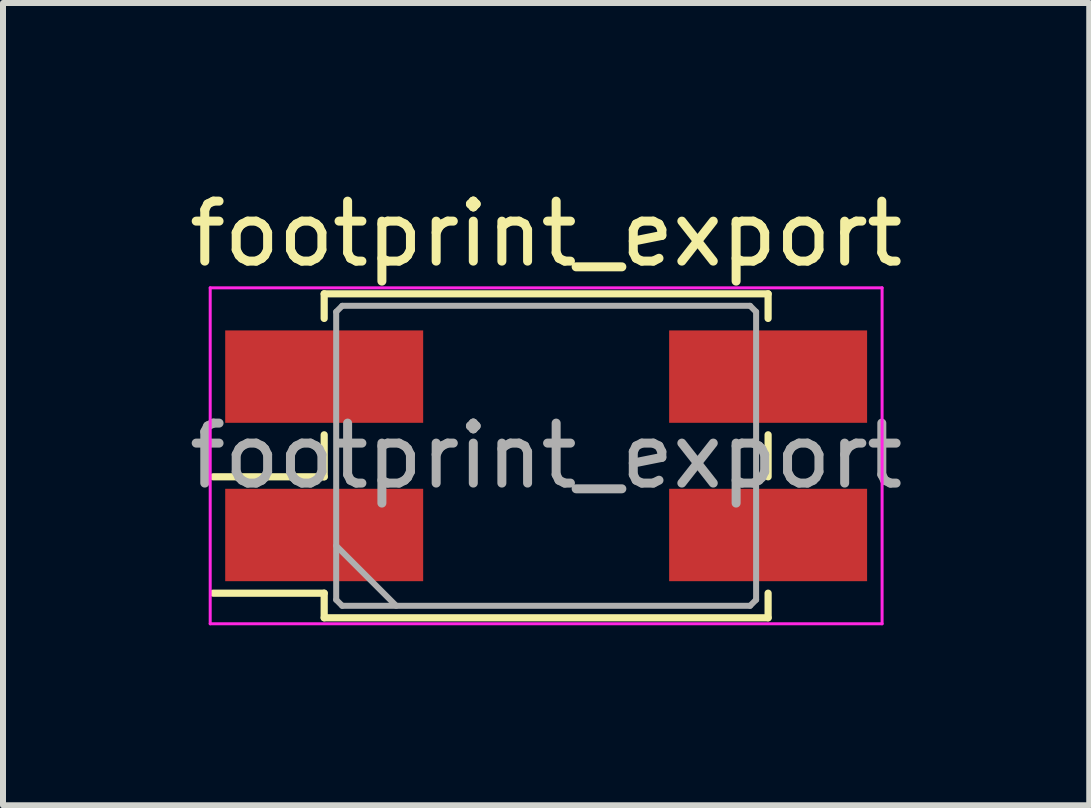
<source format=kicad_pcb>
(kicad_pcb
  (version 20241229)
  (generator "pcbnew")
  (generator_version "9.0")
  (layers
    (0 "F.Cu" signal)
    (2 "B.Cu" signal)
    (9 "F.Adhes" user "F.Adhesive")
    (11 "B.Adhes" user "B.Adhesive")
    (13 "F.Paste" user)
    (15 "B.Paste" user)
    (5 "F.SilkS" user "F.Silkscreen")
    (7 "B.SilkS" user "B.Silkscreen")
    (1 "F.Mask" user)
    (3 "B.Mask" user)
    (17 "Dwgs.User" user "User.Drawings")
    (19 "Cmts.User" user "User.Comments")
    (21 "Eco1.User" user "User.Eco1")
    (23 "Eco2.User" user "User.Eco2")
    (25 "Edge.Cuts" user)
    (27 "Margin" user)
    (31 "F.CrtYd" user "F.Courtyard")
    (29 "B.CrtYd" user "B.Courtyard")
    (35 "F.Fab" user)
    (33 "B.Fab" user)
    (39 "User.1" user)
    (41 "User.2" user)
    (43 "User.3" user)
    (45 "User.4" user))
  (footprint "footprint_export"
    (layer "F.Cu")
    (at 6.054 4.548)
    (property "Reference" "footprint_export" (at 0 -3.7 0) (layer "F.SilkS") (effects (font (size 1 1) (thickness 0.15))))
    (attr smd)
    (fp_line (start -5.55 0.35) (end -3.7 0.35) (stroke (width 0.12) (type solid)) (layer "F.SilkS"))
    (fp_line (start -5.55 2.29) (end -3.7 2.29) (stroke (width 0.12) (type solid)) (layer "F.SilkS"))
    (fp_line (start -3.7 -2.7) (end 3.7 -2.7) (stroke (width 0.12) (type solid)) (layer "F.SilkS"))
    (fp_line (start -3.7 -2.29) (end -3.7 -2.7) (stroke (width 0.12) (type solid)) (layer "F.SilkS"))
    (fp_line (start -3.7 0.35) (end -3.7 -0.35) (stroke (width 0.12) (type solid)) (layer "F.SilkS"))
    (fp_line (start -3.7 2.29) (end -3.7 2.7) (stroke (width 0.12) (type solid)) (layer "F.SilkS"))
    (fp_line (start -3.7 2.7) (end 3.7 2.7) (stroke (width 0.12) (type solid)) (layer "F.SilkS"))
    (fp_line (start 3.7 -2.7) (end 3.7 -2.29) (stroke (width 0.12) (type solid)) (layer "F.SilkS"))
    (fp_line (start 3.7 -0.35) (end 3.7 0.35) (stroke (width 0.12) (type solid)) (layer "F.SilkS"))
    (fp_line (start 3.7 2.7) (end 3.7 2.29) (stroke (width 0.12) (type solid)) (layer "F.SilkS"))
    (fp_line (start -5.6 -2.8) (end -5.6 2.8) (stroke (width 0.05) (type solid)) (layer "F.CrtYd"))
    (fp_line (start -5.6 2.8) (end 5.6 2.8) (stroke (width 0.05) (type solid)) (layer "F.CrtYd"))
    (fp_line (start 5.6 -2.8) (end -5.6 -2.8) (stroke (width 0.05) (type solid)) (layer "F.CrtYd"))
    (fp_line (start 5.6 2.8) (end 5.6 -2.8) (stroke (width 0.05) (type solid)) (layer "F.CrtYd"))
    (fp_line (start -3.5 -2.4) (end -3.4 -2.5) (stroke (width 0.1) (type solid)) (layer "F.Fab"))
    (fp_line (start -3.5 1.5) (end -2.5 2.5) (stroke (width 0.1) (type solid)) (layer "F.Fab"))
    (fp_line (start -3.5 2.4) (end -3.5 -2.4) (stroke (width 0.1) (type solid)) (layer "F.Fab"))
    (fp_line (start -3.4 -2.5) (end 3.4 -2.5) (stroke (width 0.1) (type solid)) (layer "F.Fab"))
    (fp_line (start -3.4 2.5) (end -3.5 2.4) (stroke (width 0.1) (type solid)) (layer "F.Fab"))
    (fp_line (start 3.4 -2.5) (end 3.5 -2.4) (stroke (width 0.1) (type solid)) (layer "F.Fab"))
    (fp_line (start 3.4 2.5) (end -3.4 2.5) (stroke (width 0.1) (type solid)) (layer "F.Fab"))
    (fp_line (start 3.5 -2.4) (end 3.5 2.4) (stroke (width 0.1) (type solid)) (layer "F.Fab"))
    (fp_line (start 3.5 2.4) (end 3.4 2.5) (stroke (width 0.1) (type solid)) (layer "F.Fab"))
    (fp_text user "${REFERENCE}" (at 0 0 0) (layer "F.Fab") (effects (font (size 1 1) (thickness 0.15))))
    (pad "1" smd rect (at -3.7 1.32) (size 3.3 1.54) (layers "F.Cu" "F.Mask" "F.Paste"))
    (pad "2" smd rect (at 3.7 1.32) (size 3.3 1.54) (layers "F.Cu" "F.Mask" "F.Paste"))
    (pad "3" smd rect (at 3.7 -1.32) (size 3.3 1.54) (layers "F.Cu" "F.Mask" "F.Paste"))
    (pad "4" smd rect (at -3.7 -1.32) (size 3.3 1.54) (layers "F.Cu" "F.Mask" "F.Paste")))
  (gr_rect
    (start -3 -3)
    (end 15.107 10.373)
    (stroke (width 0.1) (type default))
    (fill no)
    (layer "Edge.Cuts")))
</source>
